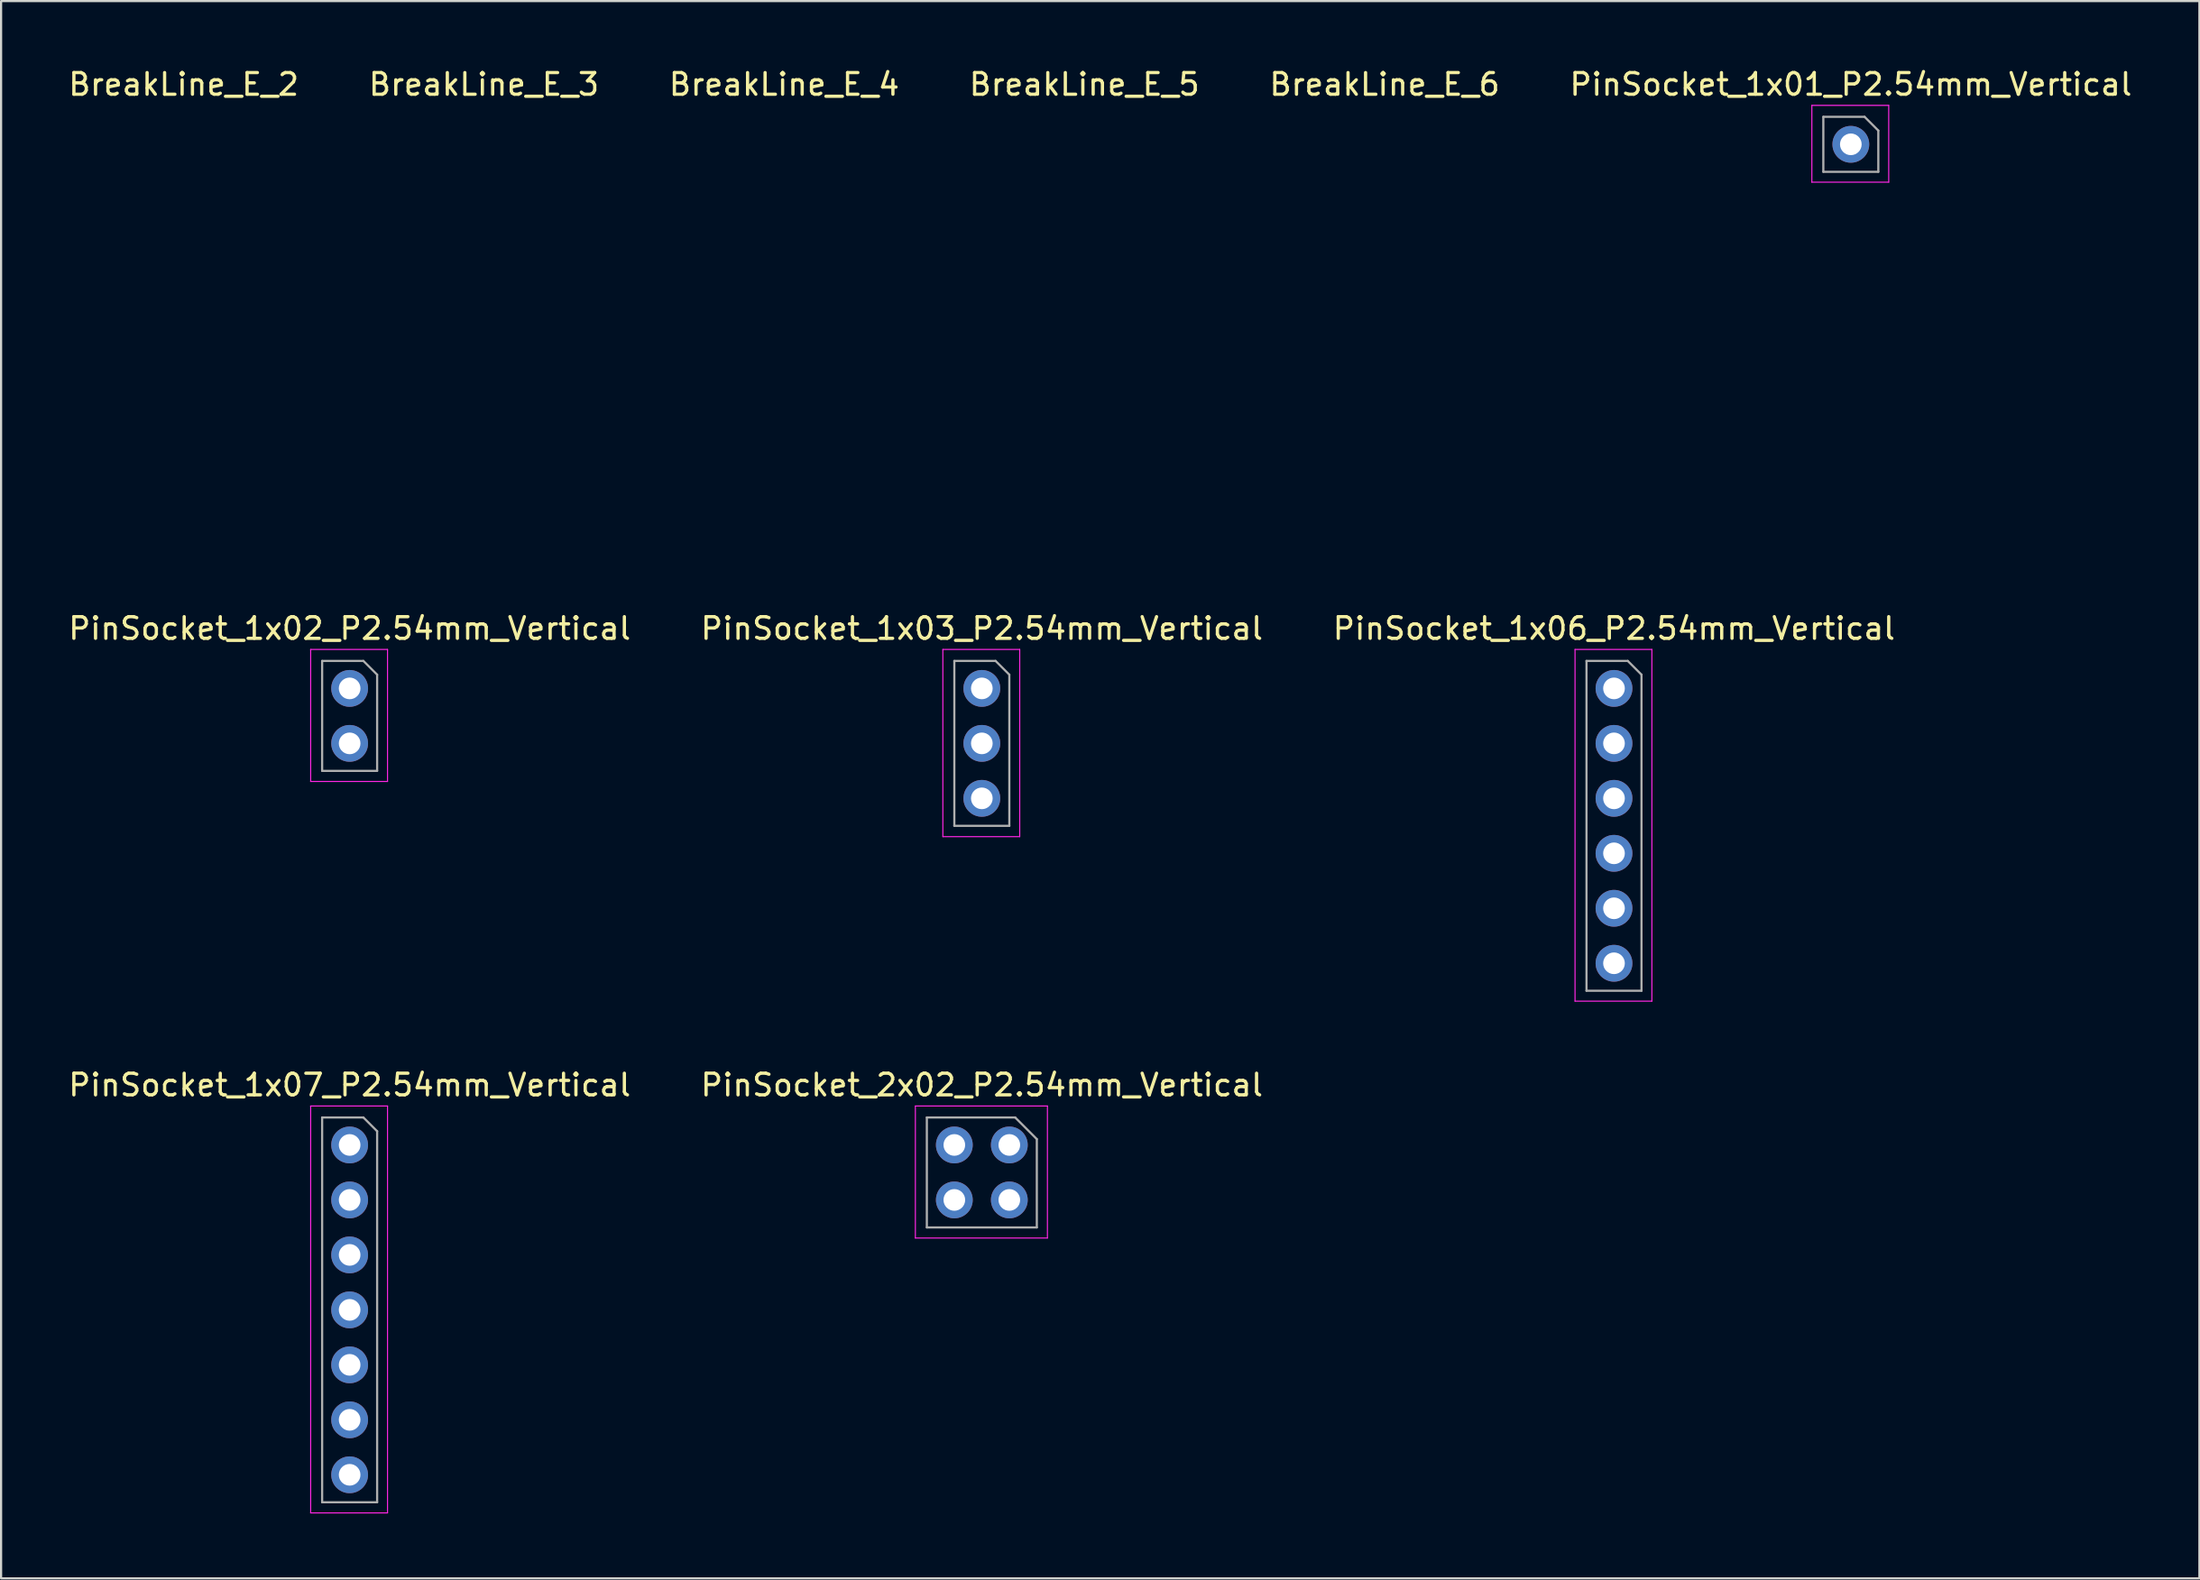
<source format=kicad_pcb>
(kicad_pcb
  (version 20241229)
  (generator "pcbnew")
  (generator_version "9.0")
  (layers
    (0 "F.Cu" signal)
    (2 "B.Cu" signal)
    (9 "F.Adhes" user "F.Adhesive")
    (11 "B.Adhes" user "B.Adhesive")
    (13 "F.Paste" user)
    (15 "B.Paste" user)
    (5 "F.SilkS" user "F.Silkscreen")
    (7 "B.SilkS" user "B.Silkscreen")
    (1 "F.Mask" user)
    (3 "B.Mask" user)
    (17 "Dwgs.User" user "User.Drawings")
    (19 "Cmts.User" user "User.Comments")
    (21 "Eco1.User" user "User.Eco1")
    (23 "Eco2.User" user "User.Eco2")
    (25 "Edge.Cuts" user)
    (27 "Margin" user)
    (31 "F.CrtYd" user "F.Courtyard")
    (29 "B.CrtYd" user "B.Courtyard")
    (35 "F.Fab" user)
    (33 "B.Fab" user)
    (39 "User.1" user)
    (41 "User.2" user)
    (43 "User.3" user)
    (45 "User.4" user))
  (footprint "PinSocket_2x02_P2.54mm_Vertical"
    (layer "F.Cu")
    (at 43.574 49.85)
    (property "Reference" "PinSocket_2x02_P2.54mm_Vertical" (at -1.27 -2.77 0) (layer "F.SilkS") (effects (font (size 1 1) (thickness 0.15))))
    (attr through_hole)
    (fp_line (start -4.34 -1.8) (end 1.76 -1.8) (stroke (width 0.05) (type solid)) (layer "F.CrtYd"))
    (fp_line (start -4.34 4.3) (end -4.34 -1.8) (stroke (width 0.05) (type solid)) (layer "F.CrtYd"))
    (fp_line (start 1.76 -1.8) (end 1.76 4.3) (stroke (width 0.05) (type solid)) (layer "F.CrtYd"))
    (fp_line (start 1.76 4.3) (end -4.34 4.3) (stroke (width 0.05) (type solid)) (layer "F.CrtYd"))
    (fp_line (start -3.81 -1.27) (end 0.27 -1.27) (stroke (width 0.1) (type solid)) (layer "F.Fab"))
    (fp_line (start -3.81 3.81) (end -3.81 -1.27) (stroke (width 0.1) (type solid)) (layer "F.Fab"))
    (fp_line (start 0.27 -1.27) (end 1.27 -0.27) (stroke (width 0.1) (type solid)) (layer "F.Fab"))
    (fp_line (start 1.27 -0.27) (end 1.27 3.81) (stroke (width 0.1) (type solid)) (layer "F.Fab"))
    (fp_line (start 1.27 3.81) (end -3.81 3.81) (stroke (width 0.1) (type solid)) (layer "F.Fab"))
    (pad "1" thru_hole oval (at 0 0) (size 1.7 1.7) (drill 1) (layers "*.Cu" "*.Mask"))
    (pad "2" thru_hole oval (at -2.54 0) (size 1.7 1.7) (drill 1) (layers "*.Cu" "*.Mask"))
    (pad "3" thru_hole oval (at 0 2.54) (size 1.7 1.7) (drill 1) (layers "*.Cu" "*.Mask"))
    (pad "4" thru_hole oval (at -2.54 2.54) (size 1.7 1.7) (drill 1) (layers "*.Cu" "*.Mask")))
  (footprint "PinSocket_1x06_P2.54mm_Vertical"
    (layer "F.Cu")
    (at 71.506 28.756)
    (property "Reference" "PinSocket_1x06_P2.54mm_Vertical" (at 0 -2.77 0) (layer "F.SilkS") (effects (font (size 1 1) (thickness 0.15))))
    (attr through_hole)
    (fp_line (start -1.8 -1.8) (end 1.75 -1.8) (stroke (width 0.05) (type solid)) (layer "F.CrtYd"))
    (fp_line (start -1.8 14.45) (end -1.8 -1.8) (stroke (width 0.05) (type solid)) (layer "F.CrtYd"))
    (fp_line (start 1.75 -1.8) (end 1.75 14.45) (stroke (width 0.05) (type solid)) (layer "F.CrtYd"))
    (fp_line (start 1.75 14.45) (end -1.8 14.45) (stroke (width 0.05) (type solid)) (layer "F.CrtYd"))
    (fp_line (start -1.27 -1.27) (end 0.635 -1.27) (stroke (width 0.1) (type solid)) (layer "F.Fab"))
    (fp_line (start -1.27 13.97) (end -1.27 -1.27) (stroke (width 0.1) (type solid)) (layer "F.Fab"))
    (fp_line (start 0.635 -1.27) (end 1.27 -0.635) (stroke (width 0.1) (type solid)) (layer "F.Fab"))
    (fp_line (start 1.27 -0.635) (end 1.27 13.97) (stroke (width 0.1) (type solid)) (layer "F.Fab"))
    (fp_line (start 1.27 13.97) (end -1.27 13.97) (stroke (width 0.1) (type solid)) (layer "F.Fab"))
    (pad "1" thru_hole oval (at 0 0) (size 1.7 1.7) (drill 1) (layers "*.Cu" "*.Mask"))
    (pad "2" thru_hole oval (at 0 2.54) (size 1.7 1.7) (drill 1) (layers "*.Cu" "*.Mask"))
    (pad "3" thru_hole oval (at 0 5.08) (size 1.7 1.7) (drill 1) (layers "*.Cu" "*.Mask"))
    (pad "4" thru_hole oval (at 0 7.62) (size 1.7 1.7) (drill 1) (layers "*.Cu" "*.Mask"))
    (pad "5" thru_hole oval (at 0 10.16) (size 1.7 1.7) (drill 1) (layers "*.Cu" "*.Mask"))
    (pad "6" thru_hole oval (at 0 12.7) (size 1.7 1.7) (drill 1) (layers "*.Cu" "*.Mask")))
  (footprint "PinSocket_1x02_P2.54mm_Vertical"
    (layer "F.Cu")
    (at 13.101 28.756)
    (property "Reference" "PinSocket_1x02_P2.54mm_Vertical" (at 0 -2.77 0) (layer "F.SilkS") (effects (font (size 1 1) (thickness 0.15))))
    (attr through_hole)
    (fp_line (start -1.8 -1.8) (end 1.75 -1.8) (stroke (width 0.05) (type solid)) (layer "F.CrtYd"))
    (fp_line (start -1.8 4.3) (end -1.8 -1.8) (stroke (width 0.05) (type solid)) (layer "F.CrtYd"))
    (fp_line (start 1.75 -1.8) (end 1.75 4.3) (stroke (width 0.05) (type solid)) (layer "F.CrtYd"))
    (fp_line (start 1.75 4.3) (end -1.8 4.3) (stroke (width 0.05) (type solid)) (layer "F.CrtYd"))
    (fp_line (start -1.27 -1.27) (end 0.635 -1.27) (stroke (width 0.1) (type solid)) (layer "F.Fab"))
    (fp_line (start -1.27 3.81) (end -1.27 -1.27) (stroke (width 0.1) (type solid)) (layer "F.Fab"))
    (fp_line (start 0.635 -1.27) (end 1.27 -0.635) (stroke (width 0.1) (type solid)) (layer "F.Fab"))
    (fp_line (start 1.27 -0.635) (end 1.27 3.81) (stroke (width 0.1) (type solid)) (layer "F.Fab"))
    (fp_line (start 1.27 3.81) (end -1.27 3.81) (stroke (width 0.1) (type solid)) (layer "F.Fab"))
    (pad "1" thru_hole oval (at 0 0) (size 1.7 1.7) (drill 1) (layers "*.Cu" "*.Mask"))
    (pad "2" thru_hole oval (at 0 2.54) (size 1.7 1.7) (drill 1) (layers "*.Cu" "*.Mask")))
  (footprint "BreakLine_E_3"
    (layer "F.Cu")
    (at 19.304 3.388)
    (property "Reference" "BreakLine_E_3" (at 0 -2.54 0) (layer "F.SilkS") (effects (font (size 1 1) (thickness 0.15))))
    (attr exclude_from_pos_files exclude_from_bom)
    (fp_line (start 0 0) (end 0 1.74) (stroke (width 1) (type solid)) (layer "Eco1.User"))
    (fp_line (start 0 3.34) (end 0 6.82) (stroke (width 1) (type solid)) (layer "Eco1.User"))
    (fp_line (start 0 8.42) (end 0 11.9) (stroke (width 1) (type solid)) (layer "Eco1.User"))
    (fp_line (start 0 13.5) (end 0 14.44) (stroke (width 1) (type solid)) (layer "Eco1.User"))
    (fp_line (start 0 16.04) (end 0 18.25) (stroke (width 1) (type solid)) (layer "Eco1.User")))
  (footprint "BreakLine_E_2"
    (layer "F.Cu")
    (at 5.435 3.388)
    (property "Reference" "BreakLine_E_2" (at 0 -2.54 0) (layer "F.SilkS") (effects (font (size 1 1) (thickness 0.15))))
    (attr exclude_from_pos_files exclude_from_bom)
    (fp_line (start 0 0) (end 0 1.74) (stroke (width 1) (type solid)) (layer "Eco1.User"))
    (fp_line (start 0 3.34) (end 0 6.82) (stroke (width 1) (type solid)) (layer "Eco1.User"))
    (fp_line (start 0 8.42) (end 0 11.9) (stroke (width 1) (type solid)) (layer "Eco1.User"))
    (fp_line (start 0 13.5) (end 0 14.44) (stroke (width 1) (type solid)) (layer "Eco1.User"))
    (fp_line (start 0 16.04) (end 0 17.78) (stroke (width 1) (type solid)) (layer "Eco1.User")))
  (footprint "PinSocket_1x03_P2.54mm_Vertical"
    (layer "F.Cu")
    (at 42.304 28.756)
    (property "Reference" "PinSocket_1x03_P2.54mm_Vertical" (at 0 -2.77 0) (layer "F.SilkS") (effects (font (size 1 1) (thickness 0.15))))
    (attr through_hole)
    (fp_line (start -1.8 -1.8) (end 1.75 -1.8) (stroke (width 0.05) (type solid)) (layer "F.CrtYd"))
    (fp_line (start -1.8 6.85) (end -1.8 -1.8) (stroke (width 0.05) (type solid)) (layer "F.CrtYd"))
    (fp_line (start 1.75 -1.8) (end 1.75 6.85) (stroke (width 0.05) (type solid)) (layer "F.CrtYd"))
    (fp_line (start 1.75 6.85) (end -1.8 6.85) (stroke (width 0.05) (type solid)) (layer "F.CrtYd"))
    (fp_line (start -1.27 -1.27) (end 0.635 -1.27) (stroke (width 0.1) (type solid)) (layer "F.Fab"))
    (fp_line (start -1.27 6.35) (end -1.27 -1.27) (stroke (width 0.1) (type solid)) (layer "F.Fab"))
    (fp_line (start 0.635 -1.27) (end 1.27 -0.635) (stroke (width 0.1) (type solid)) (layer "F.Fab"))
    (fp_line (start 1.27 -0.635) (end 1.27 6.35) (stroke (width 0.1) (type solid)) (layer "F.Fab"))
    (fp_line (start 1.27 6.35) (end -1.27 6.35) (stroke (width 0.1) (type solid)) (layer "F.Fab"))
    (pad "1" thru_hole oval (at 0 0) (size 1.7 1.7) (drill 1) (layers "*.Cu" "*.Mask"))
    (pad "2" thru_hole oval (at 0 2.54) (size 1.7 1.7) (drill 1) (layers "*.Cu" "*.Mask"))
    (pad "3" thru_hole oval (at 0 5.08) (size 1.7 1.7) (drill 1) (layers "*.Cu" "*.Mask")))
  (footprint "BreakLine_E_6"
    (layer "F.Cu")
    (at 60.911 3.388)
    (property "Reference" "BreakLine_E_6" (at 0 -2.54 0) (layer "F.SilkS") (effects (font (size 1 1) (thickness 0.15))))
    (attr exclude_from_pos_files exclude_from_bom)
    (fp_line (start 0 0) (end 0 1.74) (stroke (width 1) (type solid)) (layer "Eco1.User"))
    (fp_line (start 0 3.34) (end 0 11.9) (stroke (width 1) (type solid)) (layer "Eco1.User"))
    (fp_line (start 0 13.5) (end 0 14.44) (stroke (width 1) (type solid)) (layer "Eco1.User"))
    (fp_line (start 0 16.04) (end 0 18.25) (stroke (width 1) (type solid)) (layer "Eco1.User")))
  (footprint "PinSocket_1x01_P2.54mm_Vertical"
    (layer "F.Cu")
    (at 82.446 3.618)
    (property "Reference" "PinSocket_1x01_P2.54mm_Vertical" (at 0 -2.77 0) (layer "F.SilkS") (effects (font (size 1 1) (thickness 0.15))))
    (attr through_hole)
    (fp_line (start -1.8 -1.8) (end 1.75 -1.8) (stroke (width 0.05) (type solid)) (layer "F.CrtYd"))
    (fp_line (start -1.8 1.75) (end -1.8 -1.8) (stroke (width 0.05) (type solid)) (layer "F.CrtYd"))
    (fp_line (start 1.75 -1.8) (end 1.75 1.75) (stroke (width 0.05) (type solid)) (layer "F.CrtYd"))
    (fp_line (start 1.75 1.75) (end -1.8 1.75) (stroke (width 0.05) (type solid)) (layer "F.CrtYd"))
    (fp_line (start -1.27 -1.27) (end 0.635 -1.27) (stroke (width 0.1) (type solid)) (layer "F.Fab"))
    (fp_line (start -1.27 1.27) (end -1.27 -1.27) (stroke (width 0.1) (type solid)) (layer "F.Fab"))
    (fp_line (start 0.635 -1.27) (end 1.27 -0.635) (stroke (width 0.1) (type solid)) (layer "F.Fab"))
    (fp_line (start 1.27 -0.635) (end 1.27 1.27) (stroke (width 0.1) (type solid)) (layer "F.Fab"))
    (fp_line (start 1.27 1.27) (end -1.27 1.27) (stroke (width 0.1) (type solid)) (layer "F.Fab"))
    (pad "1" thru_hole oval (at 0 0) (size 1.7 1.7) (drill 1) (layers "*.Cu" "*.Mask")))
  (footprint "PinSocket_1x07_P2.54mm_Vertical"
    (layer "F.Cu")
    (at 13.101 49.85)
    (property "Reference" "PinSocket_1x07_P2.54mm_Vertical" (at 0 -2.77 0) (layer "F.SilkS") (effects (font (size 1 1) (thickness 0.15))))
    (attr through_hole)
    (fp_line (start -1.8 -1.8) (end 1.75 -1.8) (stroke (width 0.05) (type solid)) (layer "F.CrtYd"))
    (fp_line (start -1.8 17) (end -1.8 -1.8) (stroke (width 0.05) (type solid)) (layer "F.CrtYd"))
    (fp_line (start 1.75 -1.8) (end 1.75 17) (stroke (width 0.05) (type solid)) (layer "F.CrtYd"))
    (fp_line (start 1.75 17) (end -1.8 17) (stroke (width 0.05) (type solid)) (layer "F.CrtYd"))
    (fp_line (start -1.27 -1.27) (end 0.635 -1.27) (stroke (width 0.1) (type solid)) (layer "F.Fab"))
    (fp_line (start -1.27 16.51) (end -1.27 -1.27) (stroke (width 0.1) (type solid)) (layer "F.Fab"))
    (fp_line (start 0.635 -1.27) (end 1.27 -0.635) (stroke (width 0.1) (type solid)) (layer "F.Fab"))
    (fp_line (start 1.27 -0.635) (end 1.27 16.51) (stroke (width 0.1) (type solid)) (layer "F.Fab"))
    (fp_line (start 1.27 16.51) (end -1.27 16.51) (stroke (width 0.1) (type solid)) (layer "F.Fab"))
    (pad "1" thru_hole oval (at 0 0) (size 1.7 1.7) (drill 1) (layers "*.Cu" "*.Mask"))
    (pad "2" thru_hole oval (at 0 2.54) (size 1.7 1.7) (drill 1) (layers "*.Cu" "*.Mask"))
    (pad "3" thru_hole oval (at 0 5.08) (size 1.7 1.7) (drill 1) (layers "*.Cu" "*.Mask"))
    (pad "4" thru_hole oval (at 0 7.62) (size 1.7 1.7) (drill 1) (layers "*.Cu" "*.Mask"))
    (pad "5" thru_hole oval (at 0 10.16) (size 1.7 1.7) (drill 1) (layers "*.Cu" "*.Mask"))
    (pad "6" thru_hole oval (at 0 12.7) (size 1.7 1.7) (drill 1) (layers "*.Cu" "*.Mask"))
    (pad "7" thru_hole oval (at 0 15.24) (size 1.7 1.7) (drill 1) (layers "*.Cu" "*.Mask")))
  (footprint "BreakLine_E_4"
    (layer "F.Cu")
    (at 33.173 3.388)
    (property "Reference" "BreakLine_E_4" (at 0 -2.54 0) (layer "F.SilkS") (effects (font (size 1 1) (thickness 0.15))))
    (attr exclude_from_pos_files exclude_from_bom)
    (fp_line (start 0 0) (end 0 1.74) (stroke (width 1) (type solid)) (layer "Eco1.User"))
    (fp_line (start 0 3.34) (end 0 6.82) (stroke (width 1) (type solid)) (layer "Eco1.User"))
    (fp_line (start 0 8.42) (end 0 12.97) (stroke (width 1) (type solid)) (layer "Eco1.User")))
  (footprint "BreakLine_E_5"
    (layer "F.Cu")
    (at 47.042 3.388)
    (property "Reference" "BreakLine_E_5" (at 0 -2.54 0) (layer "F.SilkS") (effects (font (size 1 1) (thickness 0.15))))
    (attr exclude_from_pos_files exclude_from_bom)
    (fp_line (start 0 0) (end 0 1.74) (stroke (width 1) (type solid)) (layer "Eco1.User"))
    (fp_line (start 0 3.34) (end 0 6.82) (stroke (width 1) (type solid)) (layer "Eco1.User"))
    (fp_line (start 0 8.42) (end 0 12.97) (stroke (width 1) (type solid)) (layer "Eco1.User"))
    (fp_line (start 0 14.77) (end 0 16.51) (stroke (width 1) (type solid)) (layer "Eco1.User")))
  (gr_rect
    (start -3 -3)
    (end 98.548 69.875)
    (stroke (width 0.1) (type default))
    (fill no)
    (layer "Edge.Cuts")))
</source>
